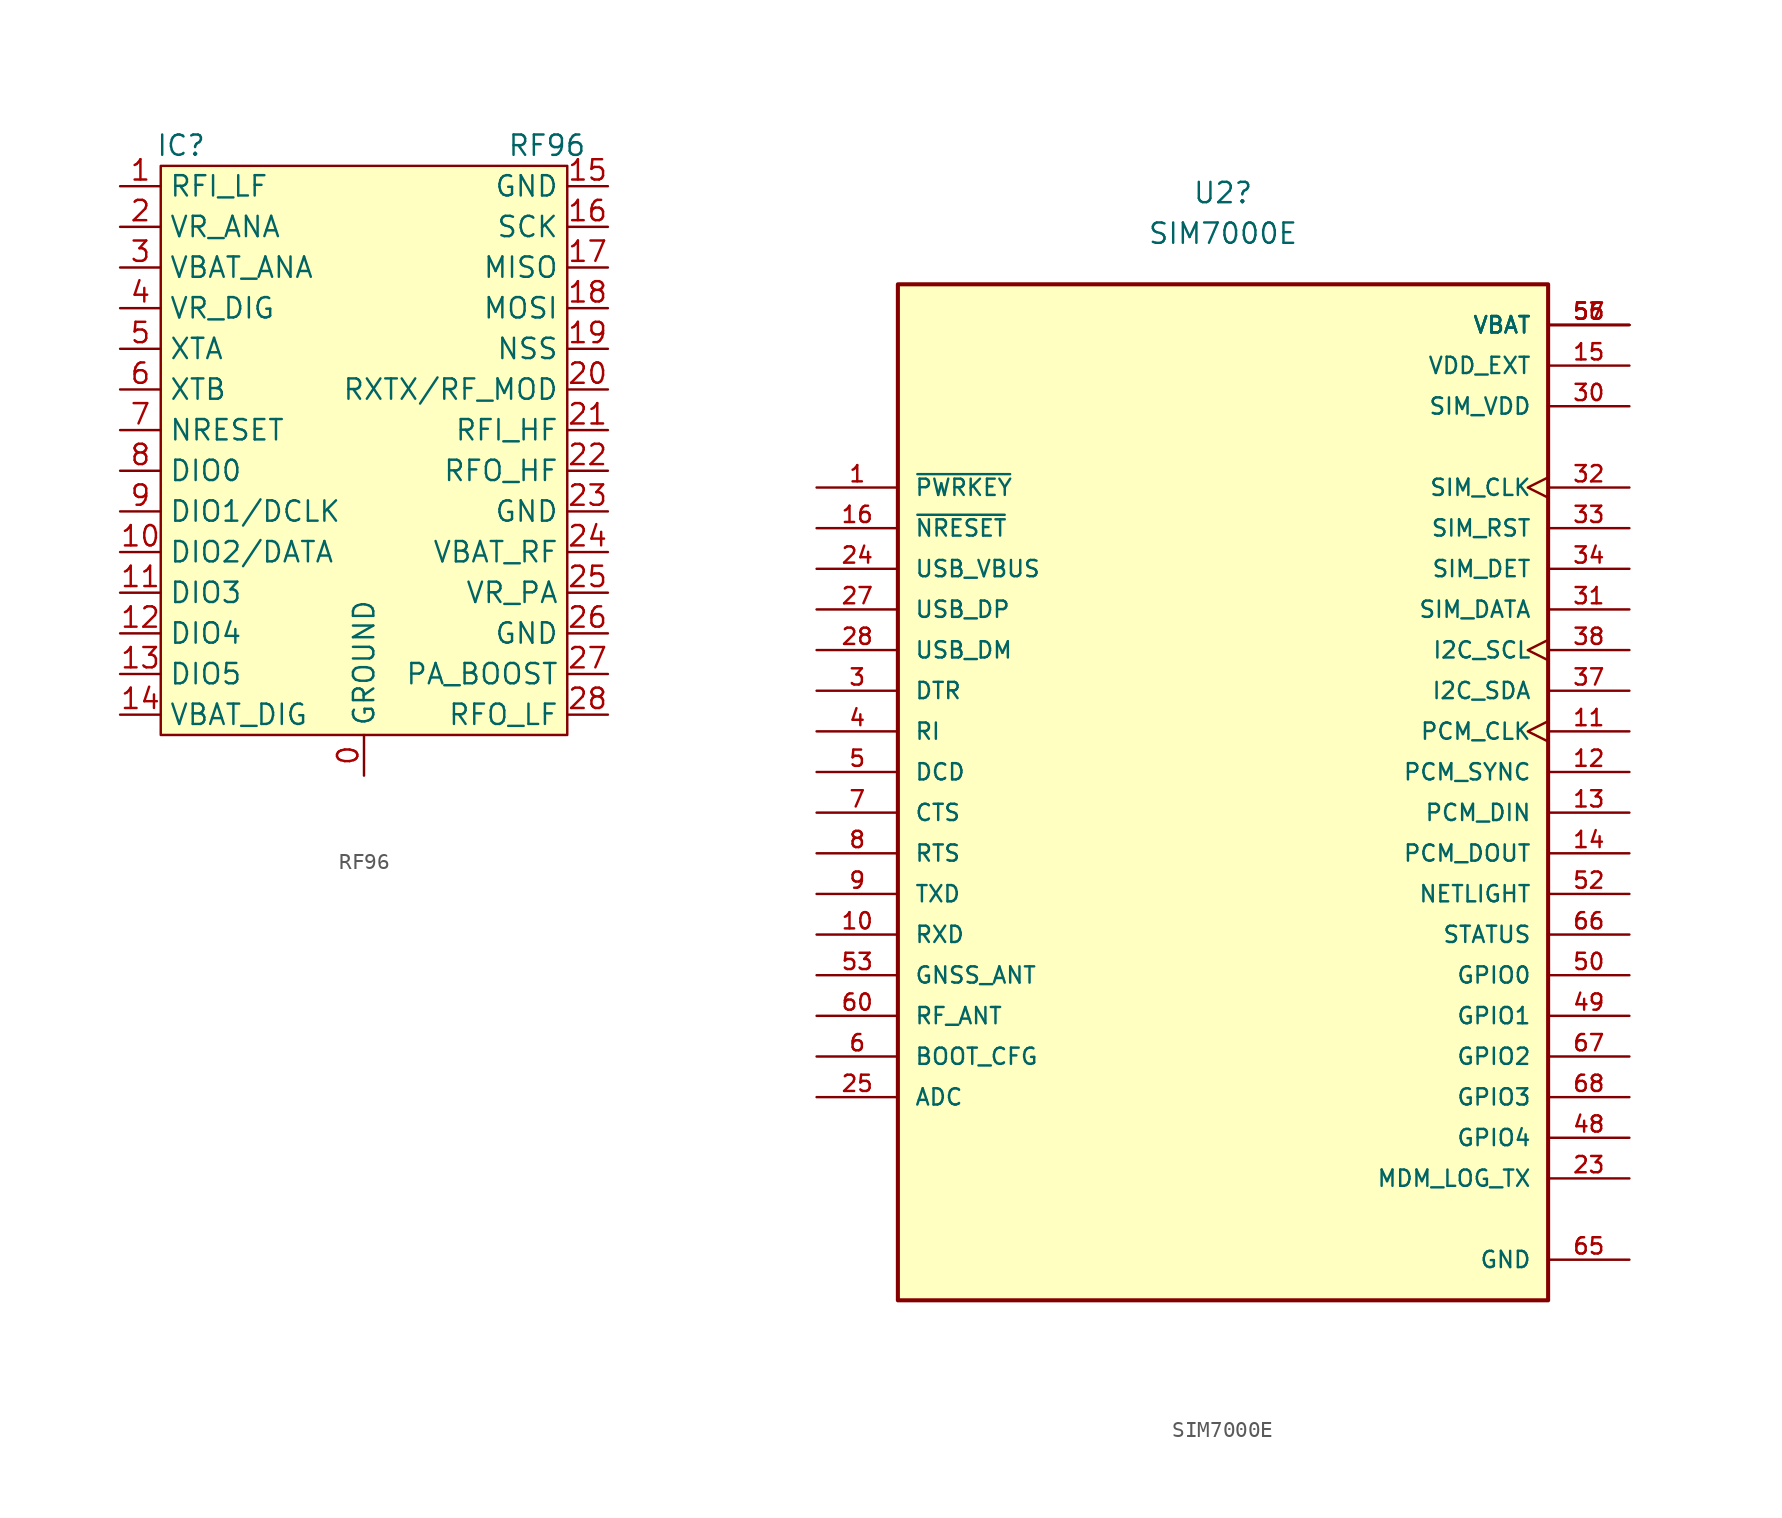
<source format=kicad_sym>
(kicad_symbol_lib
  (version 20220914)
  (generator kicad_symbol_editor)
  (symbol "RF96"
    (property "Reference" "IC"
      (at -11.43 19.05 0)
      (effects (font (size 1.27 1.27))))
    (property "Value" "RF96"
      (at 11.43 19.05 0)
      (effects (font (size 1.27 1.27))))
    (symbol "RF96_0_1"
      (rectangle (start -12.7 17.78) (end 12.7 -17.78) (stroke (width 0) (type default)) (fill (type background))))
    (symbol "RF96_1_1"
      (pin power_in line (at 0 -20.32 90) (length 2.54) (name "GROUND" (effects (font (size 1.27 1.27)))) (number "0" (effects (font (size 1.27 1.27)))))
      (pin input line (at -15.24 16.51 0) (length 2.54) (name "RFI_LF" (effects (font (size 1.27 1.27)))) (number "1" (effects (font (size 1.27 1.27)))))
      (pin bidirectional line (at -15.24 -6.35 0) (length 2.54) (name "DIO2/DATA" (effects (font (size 1.27 1.27)))) (number "10" (effects (font (size 1.27 1.27)))))
      (pin bidirectional line (at -15.24 -8.89 0) (length 2.54) (name "DIO3" (effects (font (size 1.27 1.27)))) (number "11" (effects (font (size 1.27 1.27)))))
      (pin bidirectional line (at -15.24 -11.43 0) (length 2.54) (name "DIO4" (effects (font (size 1.27 1.27)))) (number "12" (effects (font (size 1.27 1.27)))))
      (pin bidirectional line (at -15.24 -13.97 0) (length 2.54) (name "DIO5" (effects (font (size 1.27 1.27)))) (number "13" (effects (font (size 1.27 1.27)))))
      (pin power_in line (at -15.24 -16.51 0) (length 2.54) (name "VBAT_DIG" (effects (font (size 1.27 1.27)))) (number "14" (effects (font (size 1.27 1.27)))))
      (pin power_in line (at 15.24 16.51 180) (length 2.54) (name "GND" (effects (font (size 1.27 1.27)))) (number "15" (effects (font (size 1.27 1.27)))))
      (pin power_in line (at 15.24 13.97 180) (length 2.54) (name "SCK" (effects (font (size 1.27 1.27)))) (number "16" (effects (font (size 1.27 1.27)))))
      (pin output line (at 15.24 11.43 180) (length 2.54) (name "MISO" (effects (font (size 1.27 1.27)))) (number "17" (effects (font (size 1.27 1.27)))))
      (pin input line (at 15.24 8.89 180) (length 2.54) (name "MOSI" (effects (font (size 1.27 1.27)))) (number "18" (effects (font (size 1.27 1.27)))))
      (pin input line (at 15.24 6.35 180) (length 2.54) (name "NSS" (effects (font (size 1.27 1.27)))) (number "19" (effects (font (size 1.27 1.27)))))
      (pin power_in line (at -15.24 13.97 0) (length 2.54) (name "VR_ANA" (effects (font (size 1.27 1.27)))) (number "2" (effects (font (size 1.27 1.27)))))
      (pin output line (at 15.24 3.81 180) (length 2.54) (name "RXTX/RF_MOD" (effects (font (size 1.27 1.27)))) (number "20" (effects (font (size 1.27 1.27)))))
      (pin input line (at 15.24 1.27 180) (length 2.54) (name "RFI_HF" (effects (font (size 1.27 1.27)))) (number "21" (effects (font (size 1.27 1.27)))))
      (pin output line (at 15.24 -1.27 180) (length 2.54) (name "RFO_HF" (effects (font (size 1.27 1.27)))) (number "22" (effects (font (size 1.27 1.27)))))
      (pin power_in line (at 15.24 -3.81 180) (length 2.54) (name "GND" (effects (font (size 1.27 1.27)))) (number "23" (effects (font (size 1.27 1.27)))))
      (pin power_in line (at 15.24 -6.35 180) (length 2.54) (name "VBAT_RF" (effects (font (size 1.27 1.27)))) (number "24" (effects (font (size 1.27 1.27)))))
      (pin power_in line (at 15.24 -8.89 180) (length 2.54) (name "VR_PA" (effects (font (size 1.27 1.27)))) (number "25" (effects (font (size 1.27 1.27)))))
      (pin power_in line (at 15.24 -11.43 180) (length 2.54) (name "GND" (effects (font (size 1.27 1.27)))) (number "26" (effects (font (size 1.27 1.27)))))
      (pin power_in line (at 15.24 -13.97 180) (length 2.54) (name "PA_BOOST" (effects (font (size 1.27 1.27)))) (number "27" (effects (font (size 1.27 1.27)))))
      (pin power_in line (at 15.24 -16.51 180) (length 2.54) (name "RFO_LF" (effects (font (size 1.27 1.27)))) (number "28" (effects (font (size 1.27 1.27)))))
      (pin power_in line (at -15.24 11.43 0) (length 2.54) (name "VBAT_ANA" (effects (font (size 1.27 1.27)))) (number "3" (effects (font (size 1.27 1.27)))))
      (pin power_in line (at -15.24 8.89 0) (length 2.54) (name "VR_DIG" (effects (font (size 1.27 1.27)))) (number "4" (effects (font (size 1.27 1.27)))))
      (pin bidirectional line (at -15.24 6.35 0) (length 2.54) (name "XTA" (effects (font (size 1.27 1.27)))) (number "5" (effects (font (size 1.27 1.27)))))
      (pin bidirectional line (at -15.24 3.81 0) (length 2.54) (name "XTB" (effects (font (size 1.27 1.27)))) (number "6" (effects (font (size 1.27 1.27)))))
      (pin bidirectional line (at -15.24 1.27 0) (length 2.54) (name "NRESET" (effects (font (size 1.27 1.27)))) (number "7" (effects (font (size 1.27 1.27)))))
      (pin bidirectional line (at -15.24 -1.27 0) (length 2.54) (name "DIO0" (effects (font (size 1.27 1.27)))) (number "8" (effects (font (size 1.27 1.27)))))
      (pin bidirectional line (at -15.24 -3.81 0) (length 2.54) (name "DIO1/DCLK" (effects (font (size 1.27 1.27)))) (number "9" (effects (font (size 1.27 1.27)))))))
  (symbol "SIM7000E"
    (pin_names
      (offset 1.016))
    (property "Reference" "U2"
      (at 0 38.735 0)
      (effects (font (size 1.27 1.27))))
    (property "Value" "SIM7000E"
      (at 0 36.195 0)
      (effects (font (size 1.27 1.27))))
    (symbol "SIM7000E_0_0"
      (rectangle (start -20.32 -30.48) (end 20.32 33.02) (stroke (width 0.254) (type default)) (fill (type background)))
      (pin input line (at -25.4 20.32 0) (length 5.08) (name "~{PWRKEY}" (effects (font (size 1.016 1.016)))) (number "1" (effects (font (size 1.016 1.016)))))
      (pin input line (at -25.4 -7.62 0) (length 5.08) (name "RXD" (effects (font (size 1.016 1.016)))) (number "10" (effects (font (size 1.016 1.016)))))
      (pin bidirectional clock (at 25.4 5.08 180) (length 5.08) (name "PCM_CLK" (effects (font (size 1.016 1.016)))) (number "11" (effects (font (size 1.016 1.016)))))
      (pin bidirectional line (at 25.4 2.54 180) (length 5.08) (name "PCM_SYNC" (effects (font (size 1.016 1.016)))) (number "12" (effects (font (size 1.016 1.016)))))
      (pin input line (at 25.4 0 180) (length 5.08) (name "PCM_DIN" (effects (font (size 1.016 1.016)))) (number "13" (effects (font (size 1.016 1.016)))))
      (pin bidirectional line (at 25.4 -2.54 180) (length 5.08) (name "PCM_DOUT" (effects (font (size 1.016 1.016)))) (number "14" (effects (font (size 1.016 1.016)))))
      (pin power_in line (at 25.4 27.94 180) (length 5.08) (name "VDD_EXT" (effects (font (size 1.016 1.016)))) (number "15" (effects (font (size 1.016 1.016)))))
      (pin input line (at -25.4 17.78 0) (length 5.08) (name "~{NRESET}" (effects (font (size 1.016 1.016)))) (number "16" (effects (font (size 1.016 1.016)))))
      (pin power_in line (at 25.4 -27.94 180) (length 5.08) hide (name "GND" (effects (font (size 1.016 1.016)))) (number "17" (effects (font (size 1.016 1.016)))))
      (pin power_in line (at 25.4 -27.94 180) (length 5.08) hide (name "GND" (effects (font (size 1.016 1.016)))) (number "18" (effects (font (size 1.016 1.016)))))
      (pin power_in line (at 25.4 -27.94 180) (length 5.08) hide (name "GND" (effects (font (size 1.016 1.016)))) (number "2" (effects (font (size 1.016 1.016)))))
      (pin output line (at 25.4 -22.86 180) (length 5.08) (name "MDM_LOG_TX" (effects (font (size 1.016 1.016)))) (number "23" (effects (font (size 1.016 1.016)))))
      (pin input line (at -25.4 15.24 0) (length 5.08) (name "USB_VBUS" (effects (font (size 1.016 1.016)))) (number "24" (effects (font (size 1.016 1.016)))))
      (pin input line (at -25.4 -17.78 0) (length 5.08) (name "ADC" (effects (font (size 1.016 1.016)))) (number "25" (effects (font (size 1.016 1.016)))))
      (pin bidirectional line (at -25.4 12.7 0) (length 5.08) (name "USB_DP" (effects (font (size 1.016 1.016)))) (number "27" (effects (font (size 1.016 1.016)))))
      (pin bidirectional line (at -25.4 10.16 0) (length 5.08) (name "USB_DM" (effects (font (size 1.016 1.016)))) (number "28" (effects (font (size 1.016 1.016)))))
      (pin power_in line (at 25.4 -27.94 180) (length 5.08) hide (name "GND" (effects (font (size 1.016 1.016)))) (number "29" (effects (font (size 1.016 1.016)))))
      (pin input line (at -25.4 7.62 0) (length 5.08) (name "DTR" (effects (font (size 1.016 1.016)))) (number "3" (effects (font (size 1.016 1.016)))))
      (pin power_in line (at 25.4 25.4 180) (length 5.08) (name "SIM_VDD" (effects (font (size 1.016 1.016)))) (number "30" (effects (font (size 1.016 1.016)))))
      (pin bidirectional line (at 25.4 12.7 180) (length 5.08) (name "SIM_DATA" (effects (font (size 1.016 1.016)))) (number "31" (effects (font (size 1.016 1.016)))))
      (pin output clock (at 25.4 20.32 180) (length 5.08) (name "SIM_CLK" (effects (font (size 1.016 1.016)))) (number "32" (effects (font (size 1.016 1.016)))))
      (pin output line (at 25.4 17.78 180) (length 5.08) (name "SIM_RST" (effects (font (size 1.016 1.016)))) (number "33" (effects (font (size 1.016 1.016)))))
      (pin input line (at 25.4 15.24 180) (length 5.08) (name "SIM_DET" (effects (font (size 1.016 1.016)))) (number "34" (effects (font (size 1.016 1.016)))))
      (pin bidirectional line (at 25.4 7.62 180) (length 5.08) (name "I2C_SDA" (effects (font (size 1.016 1.016)))) (number "37" (effects (font (size 1.016 1.016)))))
      (pin output clock (at 25.4 10.16 180) (length 5.08) (name "I2C_SCL" (effects (font (size 1.016 1.016)))) (number "38" (effects (font (size 1.016 1.016)))))
      (pin power_in line (at 25.4 -27.94 180) (length 5.08) hide (name "GND" (effects (font (size 1.016 1.016)))) (number "39" (effects (font (size 1.016 1.016)))))
      (pin output line (at -25.4 5.08 0) (length 5.08) (name "RI" (effects (font (size 1.016 1.016)))) (number "4" (effects (font (size 1.016 1.016)))))
      (pin power_in line (at 25.4 -27.94 180) (length 5.08) hide (name "GND" (effects (font (size 1.016 1.016)))) (number "45" (effects (font (size 1.016 1.016)))))
      (pin power_in line (at 25.4 -27.94 180) (length 5.08) hide (name "GND" (effects (font (size 1.016 1.016)))) (number "46" (effects (font (size 1.016 1.016)))))
      (pin bidirectional line (at 25.4 -20.32 180) (length 5.08) (name "GPIO4" (effects (font (size 1.016 1.016)))) (number "48" (effects (font (size 1.016 1.016)))))
      (pin bidirectional line (at 25.4 -12.7 180) (length 5.08) (name "GPIO1" (effects (font (size 1.016 1.016)))) (number "49" (effects (font (size 1.016 1.016)))))
      (pin output line (at -25.4 2.54 0) (length 5.08) (name "DCD" (effects (font (size 1.016 1.016)))) (number "5" (effects (font (size 1.016 1.016)))))
      (pin bidirectional line (at 25.4 -10.16 180) (length 5.08) (name "GPIO0" (effects (font (size 1.016 1.016)))) (number "50" (effects (font (size 1.016 1.016)))))
      (pin output line (at 25.4 -5.08 180) (length 5.08) (name "NETLIGHT" (effects (font (size 1.016 1.016)))) (number "52" (effects (font (size 1.016 1.016)))))
      (pin input line (at -25.4 -10.16 0) (length 5.08) (name "GNSS_ANT" (effects (font (size 1.016 1.016)))) (number "53" (effects (font (size 1.016 1.016)))))
      (pin power_in line (at 25.4 -27.94 180) (length 5.08) hide (name "GND" (effects (font (size 1.016 1.016)))) (number "54" (effects (font (size 1.016 1.016)))))
      (pin power_in line (at 25.4 30.48 180) (length 5.08) (name "VBAT" (effects (font (size 1.016 1.016)))) (number "55" (effects (font (size 1.016 1.016)))))
      (pin power_in line (at 25.4 30.48 180) (length 5.08) (name "VBAT" (effects (font (size 1.016 1.016)))) (number "56" (effects (font (size 1.016 1.016)))))
      (pin power_in line (at 25.4 30.48 180) (length 5.08) (name "VBAT" (effects (font (size 1.016 1.016)))) (number "57" (effects (font (size 1.016 1.016)))))
      (pin power_in line (at 25.4 -27.94 180) (length 5.08) hide (name "GND" (effects (font (size 1.016 1.016)))) (number "58" (effects (font (size 1.016 1.016)))))
      (pin power_in line (at 25.4 -27.94 180) (length 5.08) hide (name "GND" (effects (font (size 1.016 1.016)))) (number "59" (effects (font (size 1.016 1.016)))))
      (pin input line (at -25.4 -15.24 0) (length 5.08) (name "BOOT_CFG" (effects (font (size 1.016 1.016)))) (number "6" (effects (font (size 1.016 1.016)))))
      (pin bidirectional line (at -25.4 -12.7 0) (length 5.08) (name "RF_ANT" (effects (font (size 1.016 1.016)))) (number "60" (effects (font (size 1.016 1.016)))))
      (pin power_in line (at 25.4 -27.94 180) (length 5.08) hide (name "GND" (effects (font (size 1.016 1.016)))) (number "61" (effects (font (size 1.016 1.016)))))
      (pin power_in line (at 25.4 -27.94 180) (length 5.08) hide (name "GND" (effects (font (size 1.016 1.016)))) (number "62" (effects (font (size 1.016 1.016)))))
      (pin power_in line (at 25.4 -27.94 180) (length 5.08) hide (name "GND" (effects (font (size 1.016 1.016)))) (number "63" (effects (font (size 1.016 1.016)))))
      (pin power_in line (at 25.4 -27.94 180) (length 5.08) hide (name "GND" (effects (font (size 1.016 1.016)))) (number "64" (effects (font (size 1.016 1.016)))))
      (pin power_in line (at 25.4 -27.94 180) (length 5.08) (name "GND" (effects (font (size 1.016 1.016)))) (number "65" (effects (font (size 1.016 1.016)))))
      (pin output line (at 25.4 -7.62 180) (length 5.08) (name "STATUS" (effects (font (size 1.016 1.016)))) (number "66" (effects (font (size 1.016 1.016)))))
      (pin bidirectional line (at 25.4 -15.24 180) (length 5.08) (name "GPIO2" (effects (font (size 1.016 1.016)))) (number "67" (effects (font (size 1.016 1.016)))))
      (pin bidirectional line (at 25.4 -17.78 180) (length 5.08) (name "GPIO3" (effects (font (size 1.016 1.016)))) (number "68" (effects (font (size 1.016 1.016)))))
      (pin output line (at -25.4 0 0) (length 5.08) (name "CTS" (effects (font (size 1.016 1.016)))) (number "7" (effects (font (size 1.016 1.016)))))
      (pin input line (at -25.4 -2.54 0) (length 5.08) (name "RTS" (effects (font (size 1.016 1.016)))) (number "8" (effects (font (size 1.016 1.016)))))
      (pin output line (at -25.4 -5.08 0) (length 5.08) (name "TXD" (effects (font (size 1.016 1.016)))) (number "9" (effects (font (size 1.016 1.016))))))))
</source>
